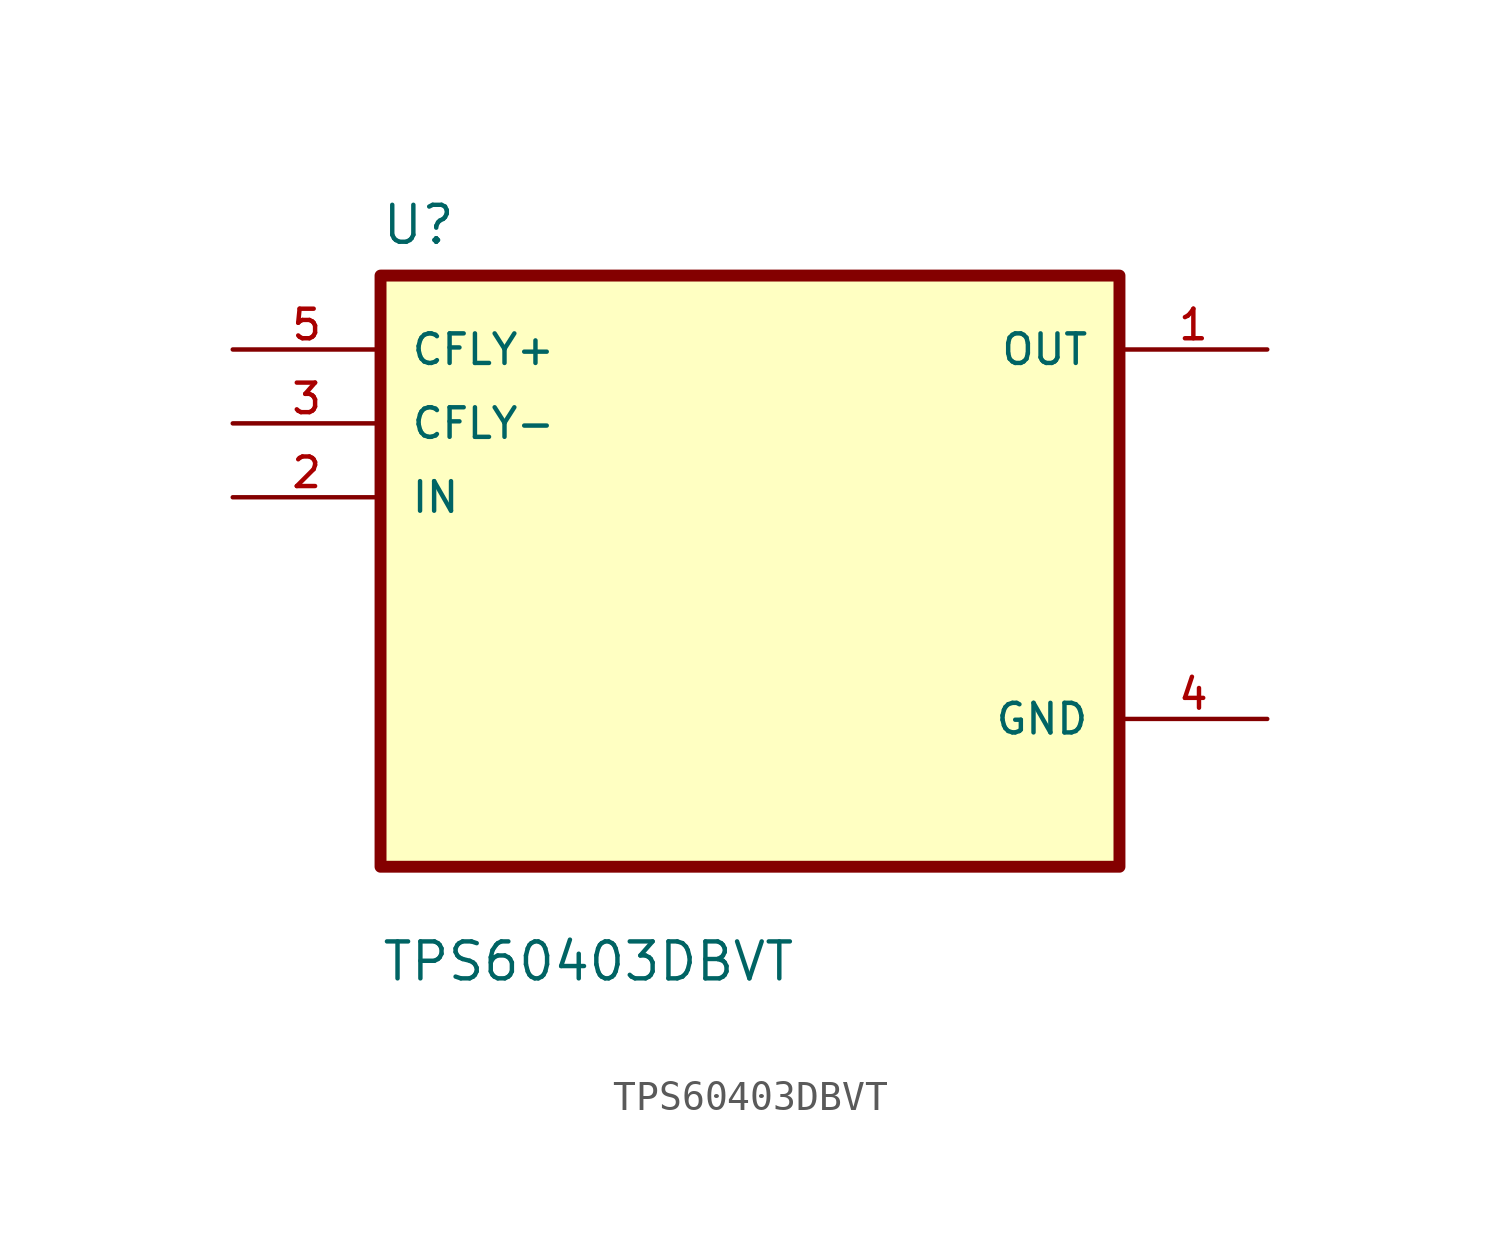
<source format=kicad_sym>
(kicad_symbol_lib
  (version 20211014)
  (generator kicad_symbol_editor)
  (symbol "TPS60403DBVT"
    (pin_names
      (offset 1.016))
    (property "Reference" "U"
      (at -12.7 11.16 0.0)
      (effects (font (size 1.27 1.27)) (justify bottom left)))
    (property "Value" "TPS60403DBVT"
      (at -12.7 -14.16 0.0)
      (effects (font (size 1.27 1.27)) (justify bottom left)))
    (symbol "TPS60403DBVT_0_0"
      (rectangle (start -12.7 -10.16) (end 12.7 10.16) (stroke (width 0.41)) (fill (type background)))
      (pin input line (at -17.78 7.62 0) (length 5.08) (name "CFLY+" (effects (font (size 1.016 1.016)))) (number "5" (effects (font (size 1.016 1.016)))))
      (pin input line (at -17.78 5.08 0) (length 5.08) (name "CFLY-" (effects (font (size 1.016 1.016)))) (number "3" (effects (font (size 1.016 1.016)))))
      (pin input line (at -17.78 2.54 0) (length 5.08) (name "IN" (effects (font (size 1.016 1.016)))) (number "2" (effects (font (size 1.016 1.016)))))
      (pin output line (at 17.78 7.62 180.0) (length 5.08) (name "OUT" (effects (font (size 1.016 1.016)))) (number "1" (effects (font (size 1.016 1.016)))))
      (pin power_in line (at 17.78 -5.08 180.0) (length 5.08) (name "GND" (effects (font (size 1.016 1.016)))) (number "4" (effects (font (size 1.016 1.016))))))))
</source>
